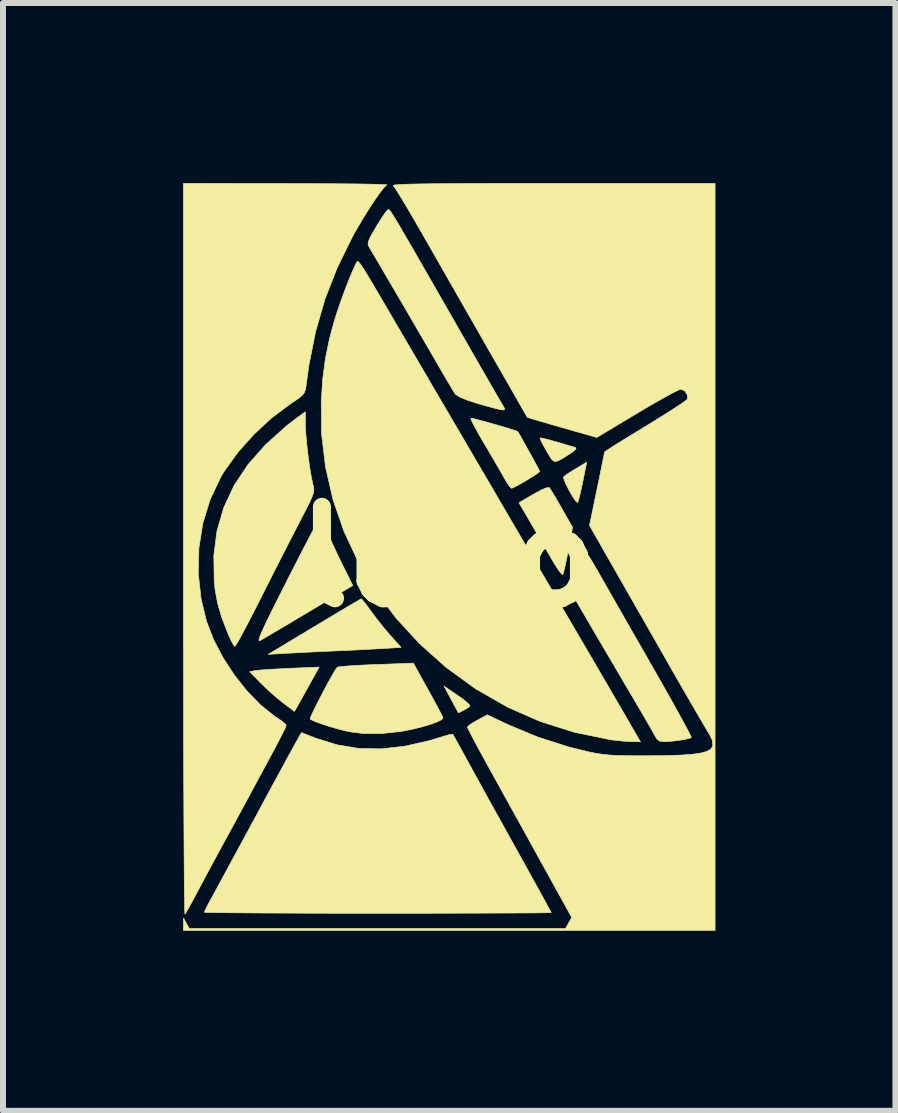
<source format=kicad_pcb>
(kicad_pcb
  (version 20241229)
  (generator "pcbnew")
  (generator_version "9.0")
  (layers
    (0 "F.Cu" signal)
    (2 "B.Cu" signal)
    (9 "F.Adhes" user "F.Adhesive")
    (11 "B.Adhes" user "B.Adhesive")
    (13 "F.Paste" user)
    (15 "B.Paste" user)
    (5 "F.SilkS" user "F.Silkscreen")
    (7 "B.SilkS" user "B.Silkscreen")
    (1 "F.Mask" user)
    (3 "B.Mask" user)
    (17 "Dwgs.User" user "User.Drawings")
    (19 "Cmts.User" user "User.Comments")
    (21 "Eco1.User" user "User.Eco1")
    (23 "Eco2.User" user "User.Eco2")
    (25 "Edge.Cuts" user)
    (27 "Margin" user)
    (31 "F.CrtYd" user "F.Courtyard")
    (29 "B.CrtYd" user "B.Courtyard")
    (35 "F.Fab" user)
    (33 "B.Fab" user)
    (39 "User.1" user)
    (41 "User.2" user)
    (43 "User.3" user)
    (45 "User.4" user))
  (footprint "logo"
    (layer "F.Cu")
    (at 4.418 6.228)
    (property "Reference" "logo" (at 0 0 0) (layer "F.SilkS") (effects (font (size 1.524 1.524) (thickness 0.3))))
    (attr through_hole)
    (fp_poly (pts (xy 0.153 2.305) (xy 0.253 2.376) (xy 0.326 2.436) (xy 0.36 2.475) (xy 0.361 2.483) (xy 0.324 2.515) (xy 0.258 2.554) (xy 0.17 2.599) (xy 0.049 2.376) (xy -0.071 2.153) (xy 0.153 2.305)) (stroke (width 0.01) (type solid)) (fill yes) (layer "F.SilkS"))
    (fp_poly (pts (xy 2.241 -1.252) (xy 2.212 -1.115) (xy 2.185 -1.002) (xy 2.164 -0.928) (xy 2.155 -0.906) (xy 2.131 -0.922) (xy 2.087 -0.982) (xy 2.031 -1.074) (xy 2.019 -1.096) (xy 1.966 -1.2) (xy 1.93 -1.282) (xy 1.919 -1.328) (xy 1.92 -1.332) (xy 1.953 -1.36) (xy 2.026 -1.409) (xy 2.121 -1.468) (xy 2.307 -1.578) (xy 2.241 -1.252)) (stroke (width 0.01) (type solid)) (fill yes) (layer "F.SilkS"))
    (fp_poly (pts (xy -2.288 2.084) (xy -2.36 2.214) (xy -2.429 2.338) (xy -2.483 2.434) (xy -2.494 2.454) (xy -2.562 2.574) (xy -2.749 2.434) (xy -2.868 2.338) (xy -3.001 2.22) (xy -3.12 2.105) (xy -3.123 2.103) (xy -3.309 1.912) (xy -3.218 1.894) (xy -3.155 1.887) (xy -3.042 1.878) (xy -2.893 1.869) (xy -2.722 1.86) (xy -2.639 1.856) (xy -2.151 1.835) (xy -2.288 2.084)) (stroke (width 0.01) (type solid)) (fill yes) (layer "F.SilkS"))
    (fp_poly (pts (xy 1.562 -1.979) (xy 1.642 -1.96) (xy 1.753 -1.93) (xy 1.81 -1.914) (xy 1.936 -1.876) (xy 2.042 -1.845) (xy 2.111 -1.825) (xy 2.124 -1.821) (xy 2.127 -1.799) (xy 2.08 -1.754) (xy 2.025 -1.717) (xy 1.905 -1.641) (xy 1.825 -1.598) (xy 1.771 -1.59) (xy 1.729 -1.618) (xy 1.683 -1.686) (xy 1.637 -1.765) (xy 1.581 -1.865) (xy 1.542 -1.942) (xy 1.528 -1.981) (xy 1.528 -1.983) (xy 1.562 -1.979)) (stroke (width 0.01) (type solid)) (fill yes) (layer "F.SilkS"))
    (fp_poly (pts (xy 1.682 -1.155) (xy 1.708 -1.118) (xy 1.758 -1.037) (xy 1.824 -0.926) (xy 1.89 -0.81) (xy 2.071 -0.492) (xy 2 -0.111) (xy 1.971 0.038) (xy 1.944 0.163) (xy 1.922 0.253) (xy 1.908 0.293) (xy 1.907 0.294) (xy 1.883 0.279) (xy 1.837 0.221) (xy 1.777 0.128) (xy 1.752 0.087) (xy 1.684 -0.031) (xy 1.594 -0.185) (xy 1.496 -0.355) (xy 1.401 -0.52) (xy 1.399 -0.523) (xy 1.178 -0.903) (xy 1.417 -1.043) (xy 1.532 -1.107) (xy 1.623 -1.147) (xy 1.675 -1.158) (xy 1.682 -1.155)) (stroke (width 0.01) (type solid)) (fill yes) (layer "F.SilkS"))
    (fp_poly (pts (xy -1.425 0.722) (xy -1.374 0.786) (xy -1.307 0.877) (xy -1.285 0.908) (xy -1.184 1.042) (xy -1.066 1.19) (xy -0.961 1.313) (xy -0.786 1.508) (xy -1.116 1.528) (xy -1.274 1.537) (xy -1.473 1.547) (xy -1.687 1.558) (xy -1.894 1.567) (xy -1.921 1.568) (xy -2.121 1.577) (xy -2.328 1.587) (xy -2.521 1.597) (xy -2.677 1.605) (xy -2.699 1.606) (xy -3 1.624) (xy -2.231 1.161) (xy -2.032 1.042) (xy -1.851 0.934) (xy -1.696 0.841) (xy -1.572 0.769) (xy -1.488 0.72) (xy -1.45 0.699) (xy -1.448 0.699) (xy -1.425 0.722)) (stroke (width 0.01) (type solid)) (fill yes) (layer "F.SilkS"))
    (fp_poly (pts (xy -2.11 -0.639) (xy -2.076 -0.568) (xy -2.036 -0.468) (xy -1.992 -0.361) (xy -1.927 -0.216) (xy -1.852 -0.053) (xy -1.776 0.103) (xy -1.591 0.476) (xy -2.327 0.916) (xy -2.526 1.034) (xy -2.71 1.144) (xy -2.871 1.239) (xy -3.002 1.316) (xy -3.094 1.37) (xy -3.139 1.395) (xy -3.154 1.395) (xy -3.152 1.37) (xy -3.134 1.314) (xy -3.095 1.224) (xy -3.036 1.096) (xy -2.953 0.925) (xy -2.844 0.708) (xy -2.708 0.439) (xy -2.681 0.384) (xy -2.559 0.146) (xy -2.447 -0.073) (xy -2.346 -0.267) (xy -2.261 -0.429) (xy -2.194 -0.554) (xy -2.149 -0.635) (xy -2.13 -0.667) (xy -2.129 -0.667) (xy -2.11 -0.639)) (stroke (width 0.01) (type solid)) (fill yes) (layer "F.SilkS"))
    (fp_poly (pts (xy 0.412 -2.305) (xy 0.494 -2.285) (xy 0.608 -2.255) (xy 0.739 -2.218) (xy 0.873 -2.18) (xy 0.995 -2.144) (xy 1.092 -2.113) (xy 1.149 -2.093) (xy 1.157 -2.088) (xy 1.188 -2.038) (xy 1.237 -1.951) (xy 1.298 -1.842) (xy 1.364 -1.723) (xy 1.427 -1.609) (xy 1.479 -1.512) (xy 1.514 -1.446) (xy 1.524 -1.424) (xy 1.499 -1.401) (xy 1.433 -1.356) (xy 1.344 -1.3) (xy 1.245 -1.241) (xy 1.153 -1.189) (xy 1.083 -1.154) (xy 1.054 -1.143) (xy 1.025 -1.169) (xy 0.979 -1.235) (xy 0.939 -1.303) (xy 0.891 -1.388) (xy 0.819 -1.513) (xy 0.732 -1.663) (xy 0.637 -1.824) (xy 0.602 -1.882) (xy 0.518 -2.027) (xy 0.449 -2.151) (xy 0.4 -2.245) (xy 0.376 -2.3) (xy 0.376 -2.31) (xy 0.412 -2.305)) (stroke (width 0.01) (type solid)) (fill yes) (layer "F.SilkS"))
    (fp_poly (pts (xy -0.337 2.211) (xy -0.253 2.363) (xy -0.181 2.496) (xy -0.126 2.601) (xy -0.093 2.667) (xy -0.087 2.683) (xy -0.111 2.712) (xy -0.187 2.75) (xy -0.301 2.791) (xy -0.443 2.833) (xy -0.6 2.872) (xy -0.762 2.904) (xy -0.774 2.906) (xy -1.11 2.943) (xy -1.418 2.941) (xy -1.619 2.917) (xy -1.727 2.895) (xy -1.857 2.861) (xy -1.993 2.821) (xy -2.12 2.779) (xy -2.223 2.741) (xy -2.288 2.711) (xy -2.301 2.7) (xy -2.292 2.666) (xy -2.257 2.589) (xy -2.204 2.481) (xy -2.139 2.353) (xy -2.068 2.217) (xy -1.998 2.086) (xy -1.934 1.972) (xy -1.883 1.885) (xy -1.851 1.84) (xy -1.849 1.838) (xy -1.812 1.83) (xy -1.721 1.821) (xy -1.586 1.811) (xy -1.419 1.802) (xy -1.228 1.793) (xy -1.203 1.793) (xy -0.581 1.77) (xy -0.337 2.211)) (stroke (width 0.01) (type solid)) (fill yes) (layer "F.SilkS"))
    (fp_poly (pts (xy -2.381 -2.217) (xy -2.375 -2.078) (xy -2.36 -1.902) (xy -2.338 -1.707) (xy -2.312 -1.515) (xy -2.284 -1.345) (xy -2.257 -1.216) (xy -2.255 -1.208) (xy -2.243 -1.158) (xy -2.239 -1.113) (xy -2.247 -1.062) (xy -2.271 -0.995) (xy -2.313 -0.903) (xy -2.378 -0.774) (xy -2.468 -0.6) (xy -2.471 -0.594) (xy -2.556 -0.429) (xy -2.663 -0.222) (xy -2.783 0.014) (xy -2.91 0.263) (xy -3.036 0.513) (xy -3.126 0.691) (xy -3.231 0.898) (xy -3.327 1.085) (xy -3.412 1.245) (xy -3.48 1.371) (xy -3.529 1.455) (xy -3.554 1.491) (xy -3.555 1.492) (xy -3.579 1.465) (xy -3.618 1.393) (xy -3.666 1.29) (xy -3.677 1.262) (xy -3.775 1.005) (xy -3.842 0.775) (xy -3.884 0.551) (xy -3.899 0.406) (xy -3.906 -0.022) (xy -3.854 -0.429) (xy -3.742 -0.817) (xy -3.57 -1.186) (xy -3.338 -1.536) (xy -3.045 -1.869) (xy -2.691 -2.186) (xy -2.516 -2.32) (xy -2.381 -2.418) (xy -2.381 -2.217)) (stroke (width 0.01) (type solid)) (fill yes) (layer "F.SilkS"))
    (fp_poly (pts (xy 2.281 -0.1) (xy 2.322 -0.043) (xy 2.389 0.064) (xy 2.483 0.224) (xy 2.605 0.438) (xy 2.627 0.476) (xy 2.656 0.527) (xy 2.712 0.626) (xy 2.793 0.768) (xy 2.895 0.946) (xy 3.014 1.155) (xy 3.147 1.386) (xy 3.29 1.635) (xy 3.378 1.79) (xy 3.522 2.042) (xy 3.655 2.276) (xy 3.773 2.488) (xy 3.875 2.672) (xy 3.956 2.821) (xy 4.014 2.931) (xy 4.045 2.995) (xy 4.05 3.009) (xy 4.007 3.026) (xy 3.92 3.044) (xy 3.81 3.061) (xy 3.697 3.073) (xy 3.612 3.078) (xy 3.527 3.071) (xy 3.476 3.034) (xy 3.441 2.977) (xy 3.406 2.913) (xy 3.346 2.807) (xy 3.268 2.672) (xy 3.18 2.521) (xy 3.144 2.461) (xy 3.055 2.309) (xy 2.942 2.118) (xy 2.815 1.901) (xy 2.681 1.673) (xy 2.55 1.449) (xy 2.5 1.365) (xy 2.101 0.683) (xy 2.178 0.302) (xy 2.208 0.152) (xy 2.235 0.026) (xy 2.254 -0.066) (xy 2.264 -0.108) (xy 2.264 -0.109) (xy 2.281 -0.1)) (stroke (width 0.01) (type solid)) (fill yes) (layer "F.SilkS"))
    (fp_poly (pts (xy -0.994 -5.788) (xy -0.985 -5.782) (xy -0.971 -5.767) (xy -0.95 -5.739) (xy -0.921 -5.694) (xy -0.88 -5.628) (xy -0.826 -5.538) (xy -0.757 -5.42) (xy -0.67 -5.27) (xy -0.562 -5.084) (xy -0.433 -4.859) (xy -0.279 -4.59) (xy -0.098 -4.275) (xy 0.112 -3.909) (xy 0.15 -3.842) (xy 0.296 -3.587) (xy 0.434 -3.346) (xy 0.561 -3.125) (xy 0.673 -2.931) (xy 0.766 -2.769) (xy 0.837 -2.646) (xy 0.882 -2.569) (xy 0.895 -2.548) (xy 0.933 -2.481) (xy 0.938 -2.453) (xy 0.911 -2.448) (xy 0.9 -2.448) (xy 0.847 -2.458) (xy 0.748 -2.483) (xy 0.619 -2.518) (xy 0.5 -2.552) (xy 0.317 -2.611) (xy 0.19 -2.664) (xy 0.121 -2.708) (xy 0.115 -2.716) (xy 0.082 -2.768) (xy 0.026 -2.862) (xy -0.045 -2.981) (xy -0.102 -3.08) (xy -0.171 -3.199) (xy -0.26 -3.353) (xy -0.366 -3.535) (xy -0.483 -3.735) (xy -0.607 -3.948) (xy -0.733 -4.165) (xy -0.858 -4.379) (xy -0.977 -4.581) (xy -1.085 -4.766) (xy -1.177 -4.924) (xy -1.251 -5.048) (xy -1.3 -5.131) (xy -1.319 -5.163) (xy -1.335 -5.199) (xy -1.334 -5.241) (xy -1.312 -5.301) (xy -1.264 -5.391) (xy -1.197 -5.506) (xy -1.124 -5.623) (xy -1.062 -5.716) (xy -1.017 -5.775) (xy -1.001 -5.788) (xy -0.994 -5.788)) (stroke (width 0.01) (type solid)) (fill yes) (layer "F.SilkS"))
    (fp_poly (pts (xy -1.501 -4.919) (xy -1.48 -4.899) (xy -1.449 -4.858) (xy -1.405 -4.791) (xy -1.346 -4.694) (xy -1.267 -4.563) (xy -1.168 -4.394) (xy -1.043 -4.182) (xy -0.892 -3.922) (xy -0.761 -3.699) (xy -0.673 -3.548) (xy -0.56 -3.355) (xy -0.428 -3.13) (xy -0.285 -2.885) (xy -0.137 -2.632) (xy 0.009 -2.384) (xy 0.047 -2.318) (xy 0.188 -2.078) (xy 0.33 -1.835) (xy 0.467 -1.601) (xy 0.593 -1.386) (xy 0.702 -1.2) (xy 0.787 -1.055) (xy 0.809 -1.016) (xy 0.963 -0.753) (xy 1.131 -0.465) (xy 1.318 -0.147) (xy 1.526 0.209) (xy 1.759 0.607) (xy 2.017 1.046) (xy 2.153 1.278) (xy 2.268 1.475) (xy 2.37 1.649) (xy 2.465 1.812) (xy 2.561 1.977) (xy 2.665 2.155) (xy 2.783 2.358) (xy 2.923 2.598) (xy 2.995 2.723) (xy 3.202 3.08) (xy 3.038 3.076) (xy 2.904 3.068) (xy 2.756 3.053) (xy 2.699 3.045) (xy 2.101 2.922) (xy 1.532 2.742) (xy 0.99 2.504) (xy 0.476 2.21) (xy 0.445 2.19) (xy -0.039 1.838) (xy -0.477 1.447) (xy -0.868 1.022) (xy -1.21 0.565) (xy -1.5 0.081) (xy -1.738 -0.427) (xy -1.92 -0.954) (xy -2.045 -1.498) (xy -2.111 -2.053) (xy -2.116 -2.588) (xy -2.092 -2.959) (xy -2.048 -3.296) (xy -1.981 -3.625) (xy -1.909 -3.896) (xy -1.855 -4.07) (xy -1.788 -4.265) (xy -1.715 -4.464) (xy -1.643 -4.648) (xy -1.578 -4.8) (xy -1.543 -4.873) (xy -1.533 -4.895) (xy -1.525 -4.913) (xy -1.515 -4.922) (xy -1.501 -4.919)) (stroke (width 0.01) (type solid)) (fill yes) (layer "F.SilkS"))
    (fp_poly (pts (xy -2.21 3.019) (xy -1.856 3.13) (xy -1.495 3.19) (xy -1.121 3.198) (xy -0.727 3.154) (xy -0.306 3.058) (xy -0.056 2.982) (xy 0.022 2.96) (xy 0.07 2.953) (xy 0.075 2.955) (xy 0.094 2.987) (xy 0.137 3.063) (xy 0.198 3.173) (xy 0.27 3.305) (xy 0.277 3.318) (xy 0.354 3.458) (xy 0.423 3.584) (xy 0.488 3.702) (xy 0.553 3.822) (xy 0.624 3.95) (xy 0.704 4.095) (xy 0.798 4.264) (xy 0.91 4.465) (xy 1.044 4.707) (xy 1.196 4.981) (xy 1.319 5.203) (xy 1.432 5.407) (xy 1.53 5.586) (xy 1.611 5.733) (xy 1.671 5.843) (xy 1.707 5.909) (xy 1.714 5.926) (xy 1.683 5.927) (xy 1.593 5.929) (xy 1.449 5.931) (xy 1.254 5.932) (xy 1.014 5.933) (xy 0.732 5.934) (xy 0.413 5.935) (xy 0.063 5.936) (xy -0.316 5.937) (xy -0.718 5.937) (xy -1.139 5.937) (xy -1.175 5.937) (xy -1.597 5.937) (xy -2.001 5.937) (xy -2.382 5.936) (xy -2.735 5.934) (xy -3.056 5.933) (xy -3.341 5.931) (xy -3.585 5.929) (xy -3.784 5.927) (xy -3.933 5.925) (xy -4.028 5.922) (xy -4.064 5.92) (xy -4.064 5.92) (xy -4.05 5.885) (xy -4.013 5.811) (xy -3.974 5.737) (xy -3.909 5.62) (xy -3.833 5.479) (xy -3.772 5.366) (xy -3.713 5.258) (xy -3.635 5.113) (xy -3.546 4.948) (xy -3.455 4.782) (xy -3.445 4.763) (xy -3.355 4.597) (xy -3.266 4.431) (xy -3.185 4.283) (xy -3.125 4.17) (xy -3.119 4.159) (xy -3.024 3.983) (xy -2.922 3.794) (xy -2.818 3.603) (xy -2.72 3.422) (xy -2.633 3.263) (xy -2.564 3.137) (xy -2.52 3.059) (xy -2.446 2.927) (xy -2.21 3.019)) (stroke (width 0.01) (type solid)) (fill yes) (layer "F.SilkS"))
    (fp_poly (pts (xy -2.691 -6.221) (xy -2.369 -6.22) (xy -2.068 -6.218) (xy -1.795 -6.216) (xy -1.554 -6.214) (xy -1.351 -6.211) (xy -1.192 -6.207) (xy -1.082 -6.203) (xy -1.027 -6.199) (xy -1.023 -6.197) (xy -1.065 -6.16) (xy -1.132 -6.076) (xy -1.217 -5.956) (xy -1.314 -5.809) (xy -1.417 -5.644) (xy -1.52 -5.47) (xy -1.596 -5.334) (xy -1.849 -4.819) (xy -2.053 -4.298) (xy -2.209 -3.758) (xy -2.323 -3.187) (xy -2.366 -2.872) (xy -2.377 -2.796) (xy -2.395 -2.74) (xy -2.431 -2.693) (xy -2.496 -2.64) (xy -2.6 -2.569) (xy -2.635 -2.546) (xy -2.943 -2.315) (xy -3.237 -2.043) (xy -3.503 -1.745) (xy -3.725 -1.437) (xy -3.788 -1.333) (xy -3.965 -0.961) (xy -4.088 -0.564) (xy -4.154 -0.15) (xy -4.165 0.275) (xy -4.118 0.7) (xy -4.027 1.074) (xy -3.913 1.371) (xy -3.757 1.671) (xy -3.568 1.962) (xy -3.356 2.231) (xy -3.129 2.465) (xy -2.898 2.651) (xy -2.848 2.684) (xy -2.766 2.74) (xy -2.712 2.787) (xy -2.699 2.807) (xy -2.713 2.844) (xy -2.753 2.926) (xy -2.814 3.045) (xy -2.89 3.191) (xy -2.966 3.331) (xy -3.063 3.512) (xy -3.16 3.691) (xy -3.248 3.855) (xy -3.319 3.987) (xy -3.352 4.048) (xy -3.409 4.154) (xy -3.488 4.299) (xy -3.58 4.47) (xy -3.678 4.65) (xy -3.734 4.751) (xy -3.838 4.943) (xy -3.949 5.148) (xy -4.055 5.346) (xy -4.146 5.517) (xy -4.178 5.576) (xy -4.25 5.712) (xy -4.313 5.828) (xy -4.361 5.911) (xy -4.386 5.951) (xy -4.386 5.952) (xy -4.389 5.923) (xy -4.392 5.835) (xy -4.394 5.689) (xy -4.397 5.488) (xy -4.399 5.236) (xy -4.401 4.935) (xy -4.403 4.589) (xy -4.405 4.201) (xy -4.407 3.773) (xy -4.409 3.309) (xy -4.41 2.811) (xy -4.411 2.283) (xy -4.412 1.727) (xy -4.413 1.147) (xy -4.413 0.545) (xy -4.413 -0.075) (xy -4.413 -6.223) (xy -2.691 -6.221)) (stroke (width 0.01) (type solid)) (fill yes) (layer "F.SilkS"))
    (fp_poly (pts (xy 4.445 6.223) (xy -4.413 6.223) (xy -4.412 6.12) (xy -4.411 6.017) (xy -4.363 6.104) (xy -4.316 6.191) (xy -1.182 6.191) (xy 1.953 6.191) (xy 2.005 6.099) (xy 2.057 6.007) (xy 1.551 5.091) (xy 1.406 4.83) (xy 1.252 4.55) (xy 1.095 4.267) (xy 0.945 3.995) (xy 0.808 3.747) (xy 0.692 3.539) (xy 0.681 3.518) (xy 0.579 3.332) (xy 0.487 3.164) (xy 0.412 3.023) (xy 0.356 2.915) (xy 0.324 2.851) (xy 0.318 2.835) (xy 0.343 2.808) (xy 0.41 2.763) (xy 0.484 2.721) (xy 0.651 2.631) (xy 0.996 2.795) (xy 1.488 3) (xy 2.009 3.167) (xy 2.326 3.245) (xy 2.445 3.269) (xy 2.557 3.287) (xy 2.673 3.3) (xy 2.806 3.308) (xy 2.969 3.312) (xy 3.174 3.313) (xy 3.334 3.313) (xy 3.634 3.31) (xy 3.875 3.302) (xy 4.065 3.288) (xy 4.206 3.268) (xy 4.306 3.241) (xy 4.369 3.206) (xy 4.401 3.162) (xy 4.407 3.137) (xy 4.396 3.048) (xy 4.355 2.962) (xy 4.326 2.916) (xy 4.27 2.82) (xy 4.189 2.683) (xy 4.088 2.509) (xy 3.971 2.306) (xy 3.84 2.08) (xy 3.701 1.837) (xy 3.649 1.746) (xy 3.494 1.473) (xy 3.334 1.193) (xy 3.175 0.916) (xy 3.025 0.653) (xy 2.888 0.413) (xy 2.771 0.208) (xy 2.679 0.048) (xy 2.353 -0.524) (xy 2.478 -1.127) (xy 2.517 -1.314) (xy 2.55 -1.48) (xy 2.577 -1.613) (xy 2.596 -1.705) (xy 2.603 -1.746) (xy 2.603 -1.747) (xy 2.629 -1.767) (xy 2.703 -1.815) (xy 2.816 -1.887) (xy 2.962 -1.977) (xy 3.133 -2.082) (xy 3.286 -2.175) (xy 3.473 -2.29) (xy 3.642 -2.396) (xy 3.785 -2.488) (xy 3.895 -2.561) (xy 3.964 -2.61) (xy 3.984 -2.63) (xy 3.982 -2.699) (xy 3.942 -2.763) (xy 3.88 -2.794) (xy 3.875 -2.794) (xy 3.832 -2.778) (xy 3.743 -2.734) (xy 3.616 -2.665) (xy 3.46 -2.577) (xy 3.282 -2.474) (xy 3.145 -2.392) (xy 2.474 -1.99) (xy 1.898 -2.154) (xy 1.718 -2.206) (xy 1.56 -2.252) (xy 1.434 -2.289) (xy 1.35 -2.314) (xy 1.317 -2.326) (xy 1.317 -2.326) (xy 1.3 -2.355) (xy 1.255 -2.433) (xy 1.185 -2.555) (xy 1.094 -2.715) (xy 0.984 -2.907) (xy 0.859 -3.125) (xy 0.722 -3.363) (xy 0.577 -3.617) (xy 0.427 -3.879) (xy 0.275 -4.144) (xy 0.125 -4.407) (xy -0.021 -4.662) (xy -0.158 -4.902) (xy -0.284 -5.123) (xy -0.396 -5.318) (xy -0.423 -5.366) (xy -0.54 -5.569) (xy -0.649 -5.756) (xy -0.745 -5.918) (xy -0.824 -6.048) (xy -0.882 -6.138) (xy -0.914 -6.182) (xy -0.916 -6.183) (xy -0.914 -6.191) (xy -0.886 -6.197) (xy -0.831 -6.202) (xy -0.743 -6.207) (xy -0.62 -6.211) (xy -0.459 -6.214) (xy -0.255 -6.217) (xy -0.006 -6.219) (xy 0.291 -6.221) (xy 0.64 -6.222) (xy 1.045 -6.223) (xy 1.508 -6.223) (xy 1.74 -6.223) (xy 4.445 -6.223) (xy 4.445 6.223)) (stroke (width 0.01) (type solid)) (fill yes) (layer "F.SilkS")))
  (gr_rect
    (start -3 -3)
    (end 11.868 15.456)
    (stroke (width 0.1) (type default))
    (fill no)
    (layer "Edge.Cuts")))
</source>
